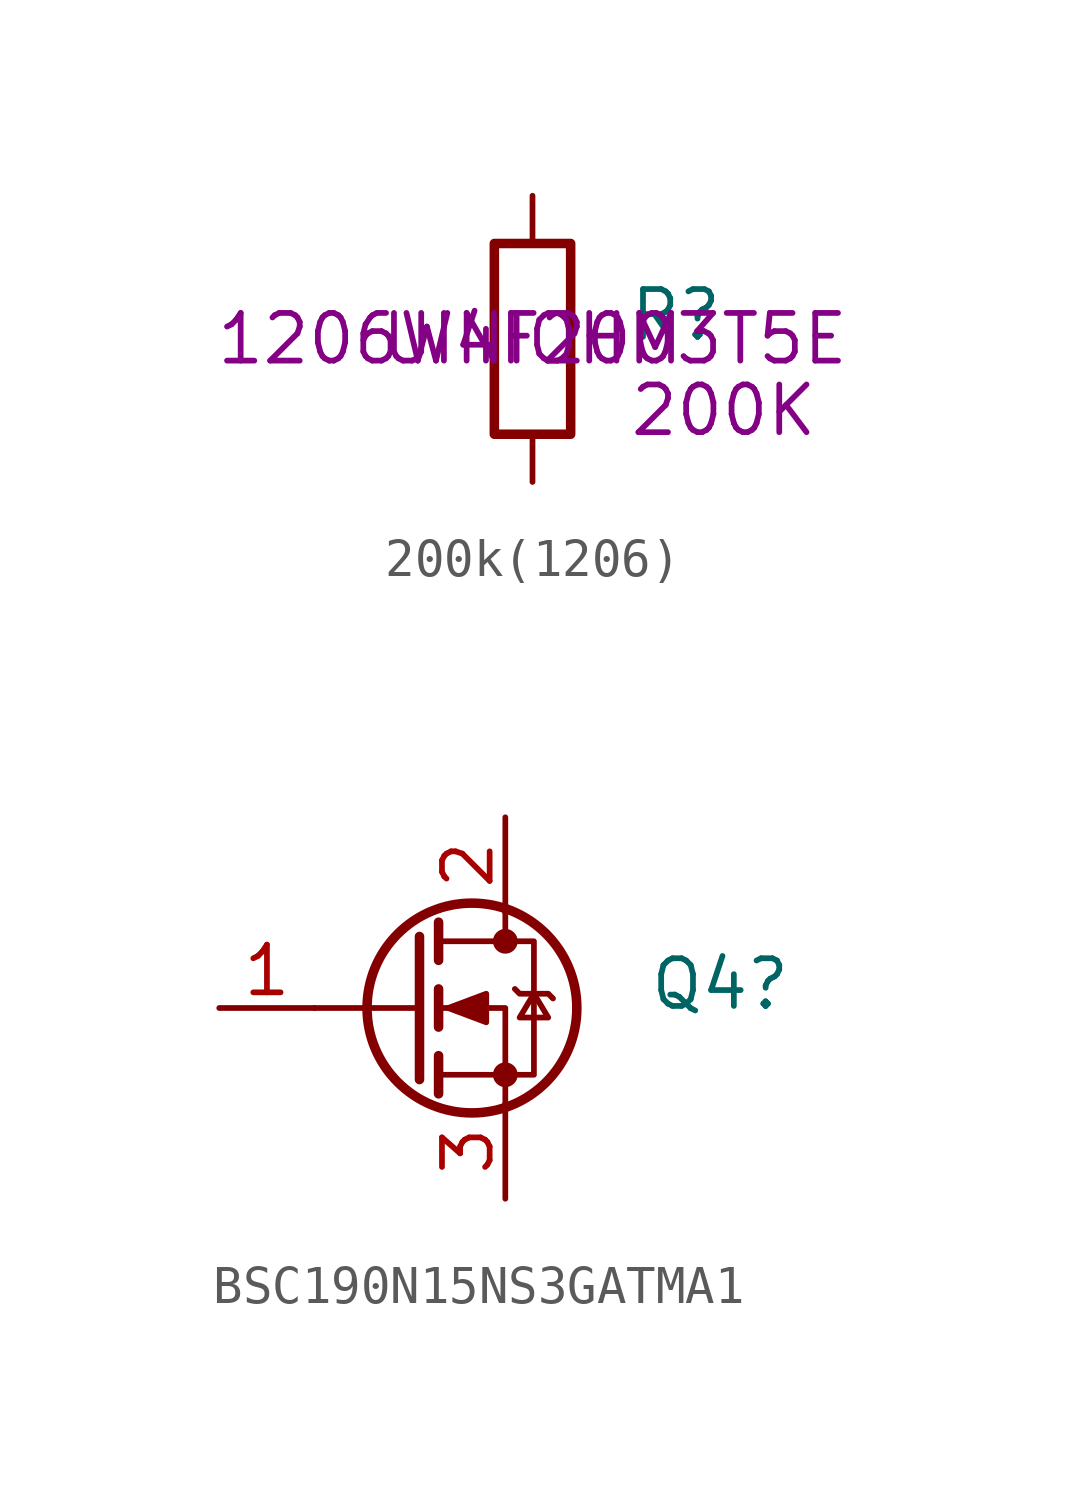
<source format=kicad_sym>
(kicad_symbol_lib
  (version 20220914)
  (generator kicad_symbol_editor)
  (symbol "200k(1206)"
    (pin_numbers hide)
    (pin_names
      (offset 0))
    (property "Reference" "R"
      (at 2.54 0.635 0)
      (effects (font (size 1.27 1.27)) (justify left)))
    (property "Main Value" "200K"
      (at 2.54 -1.905 0)
      (effects (font (size 1.27 1.27)) (justify left)))
    (property "Manufacturer(A)" "UINIOHM"
      (at 0 0 0)
      (effects (font (size 1.27 1.27))))
    (property "MPN(A)" "1206W4F2003T5E"
      (at 0 0 0)
      (effects (font (size 1.27 1.27))))
    (symbol "200k(1206)_0_1"
      (rectangle (start -1.016 -2.54) (end 1.016 2.54) (stroke (width 0.254) (type default)) (fill (type none))))
    (symbol "200k(1206)_1_1"
      (pin passive line (at 0 3.81 270) (length 1.27) (name "~" (effects (font (size 1.27 1.27)))) (number "1" (effects (font (size 1.27 1.27)))))
      (pin passive line (at 0 -3.81 90) (length 1.27) (name "~" (effects (font (size 1.27 1.27)))) (number "2" (effects (font (size 1.27 1.27)))))))
  (symbol "BSC190N15NS3GATMA1"
    (pin_names hide)
    (property "Reference" "Q4"
      (at 6.35 0.635 0)
      (effects (font (size 1.27 1.27)) (justify left)))
    (symbol "BSC190N15NS3GATMA1_0_1"
      (polyline (pts (xy 0.254 0) (xy -2.54 0)) (stroke (width 0) (type default)) (fill (type none)))
      (polyline (pts (xy 0.254 1.905) (xy 0.254 -1.905)) (stroke (width 0.254) (type default)) (fill (type none)))
      (polyline (pts (xy 0.762 -1.27) (xy 0.762 -2.286)) (stroke (width 0.254) (type default)) (fill (type none)))
      (polyline (pts (xy 0.762 0.508) (xy 0.762 -0.508)) (stroke (width 0.254) (type default)) (fill (type none)))
      (polyline (pts (xy 0.762 2.286) (xy 0.762 1.27)) (stroke (width 0.254) (type default)) (fill (type none)))
      (polyline (pts (xy 2.54 2.54) (xy 2.54 1.778)) (stroke (width 0) (type default)) (fill (type none)))
      (polyline (pts (xy 2.54 -2.54) (xy 2.54 0) (xy 0.762 0)) (stroke (width 0) (type default)) (fill (type none)))
      (polyline (pts (xy 0.762 -1.778) (xy 3.302 -1.778) (xy 3.302 1.778) (xy 0.762 1.778)) (stroke (width 0) (type default)) (fill (type none)))
      (polyline (pts (xy 1.016 0) (xy 2.032 0.381) (xy 2.032 -0.381) (xy 1.016 0)) (stroke (width 0) (type default)) (fill (type outline)))
      (polyline (pts (xy 2.794 0.508) (xy 2.921 0.381) (xy 3.683 0.381) (xy 3.81 0.254)) (stroke (width 0) (type default)) (fill (type none)))
      (polyline (pts (xy 3.302 0.381) (xy 2.921 -0.254) (xy 3.683 -0.254) (xy 3.302 0.381)) (stroke (width 0) (type default)) (fill (type none)))
      (circle (center 1.651 0) (radius 2.794) (stroke (width 0.254) (type default)) (fill (type none)))
      (circle (center 2.54 -1.778) (radius 0.254) (stroke (width 0) (type default)) (fill (type outline)))
      (circle (center 2.54 1.778) (radius 0.254) (stroke (width 0) (type default)) (fill (type outline))))
    (symbol "BSC190N15NS3GATMA1_1_1"
      (pin input line (at -5.08 0 0) (length 2.54) (name "G" (effects (font (size 1.27 1.27)))) (number "1" (effects (font (size 1.27 1.27)))))
      (pin passive line (at 2.54 5.08 270) (length 2.54) (name "D" (effects (font (size 1.27 1.27)))) (number "2" (effects (font (size 1.27 1.27)))))
      (pin passive line (at 2.54 -5.08 90) (length 2.54) (name "S" (effects (font (size 1.27 1.27)))) (number "3" (effects (font (size 1.27 1.27))))))))
</source>
